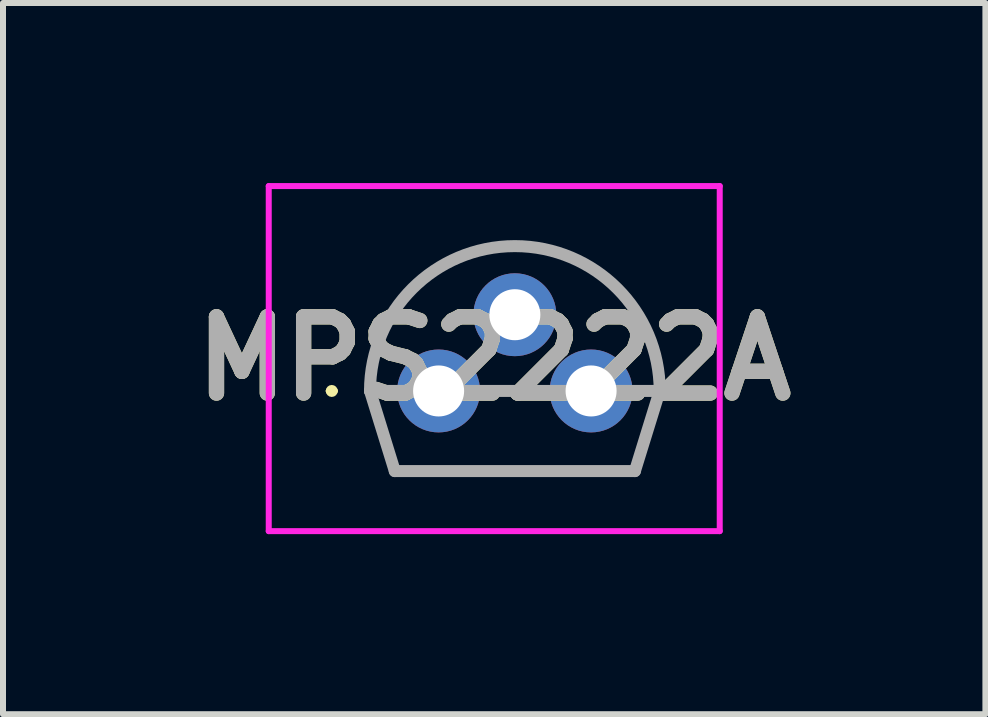
<source format=kicad_pcb>
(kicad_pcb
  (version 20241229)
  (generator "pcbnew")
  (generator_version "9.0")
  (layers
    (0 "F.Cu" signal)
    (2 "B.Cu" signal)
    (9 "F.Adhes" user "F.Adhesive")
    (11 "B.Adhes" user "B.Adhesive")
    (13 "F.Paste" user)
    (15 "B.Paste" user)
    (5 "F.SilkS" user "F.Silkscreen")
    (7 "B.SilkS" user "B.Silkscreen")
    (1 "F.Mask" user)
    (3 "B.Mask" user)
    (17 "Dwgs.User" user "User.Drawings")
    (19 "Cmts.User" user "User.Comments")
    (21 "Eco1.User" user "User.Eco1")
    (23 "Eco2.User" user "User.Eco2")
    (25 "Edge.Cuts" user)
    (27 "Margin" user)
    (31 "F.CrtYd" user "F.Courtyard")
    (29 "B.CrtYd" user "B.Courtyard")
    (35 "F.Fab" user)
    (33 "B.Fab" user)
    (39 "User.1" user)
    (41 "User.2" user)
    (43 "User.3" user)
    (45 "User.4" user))
  (footprint "MPS2222A"
    (layer "F.Cu")
    (at 4.257 3.463)
    (property "Reference" "MPS2222A" (at 0.926 -0.539 0) (layer "F.SilkS") (effects (font (size 1.27 1.27) (thickness 0.254))))
    (attr through_hole)
    (fp_line (start -1.83 0) (end -1.83 0) (stroke (width 0.1) (type solid)) (layer "F.SilkS"))
    (fp_line (start -1.73 0) (end -1.73 0) (stroke (width 0.1) (type solid)) (layer "F.SilkS"))
    (fp_line (start -1.143 0) (end -0.73 1.335) (stroke (width 0.1) (type solid)) (layer "F.SilkS"))
    (fp_line (start -0.73 1.335) (end 3.27 1.335) (stroke (width 0.1) (type solid)) (layer "F.SilkS"))
    (fp_line (start 3.27 1.335) (end 3.683 0) (stroke (width 0.1) (type solid)) (layer "F.SilkS"))
    (fp_arc (start -1.83 0) (mid -1.78 -0.05) (end -1.73 0) (stroke (width 0.1) (type solid)) (layer "F.SilkS"))
    (fp_arc (start -1.73 0) (mid -1.78 0.05) (end -1.83 0) (stroke (width 0.1) (type solid)) (layer "F.SilkS"))
    (fp_line (start -2.83 -3.413) (end 4.683 -3.413) (stroke (width 0.1) (type solid)) (layer "F.CrtYd"))
    (fp_line (start -2.83 2.335) (end -2.83 -3.413) (stroke (width 0.1) (type solid)) (layer "F.CrtYd"))
    (fp_line (start 4.683 -3.413) (end 4.683 2.335) (stroke (width 0.1) (type solid)) (layer "F.CrtYd"))
    (fp_line (start 4.683 2.335) (end -2.83 2.335) (stroke (width 0.1) (type solid)) (layer "F.CrtYd"))
    (fp_line (start -1.143 0) (end -0.73 1.335) (stroke (width 0.2) (type solid)) (layer "F.Fab"))
    (fp_line (start -1.143 0) (end 3.683 0) (stroke (width 0.2) (type solid)) (layer "F.Fab"))
    (fp_line (start -0.73 1.335) (end 3.27 1.335) (stroke (width 0.2) (type solid)) (layer "F.Fab"))
    (fp_line (start 3.27 1.335) (end 3.683 0) (stroke (width 0.2) (type solid)) (layer "F.Fab"))
    (fp_line (start 3.683 0) (end 3.683 0) (stroke (width 0.2) (type solid)) (layer "F.Fab"))
    (fp_arc (start -1.143 0) (mid 1.27 -2.413) (end 3.683 0) (stroke (width 0.2) (type solid)) (layer "F.Fab"))
    (fp_text user "${REFERENCE}" (at 0.926 -0.539 0) (layer "F.Fab") (effects (font (size 1.27 1.27) (thickness 0.254))))
    (pad "1" thru_hole circle (at 0 0) (size 1.381 1.381) (drill 0.85) (layers "*.Cu" "*.Mask"))
    (pad "2" thru_hole circle (at 1.27 -1.27) (size 1.381 1.381) (drill 0.85) (layers "*.Cu" "*.Mask"))
    (pad "3" thru_hole circle (at 2.54 0) (size 1.381 1.381) (drill 0.85) (layers "*.Cu" "*.Mask")))
  (gr_rect
    (start -3 -3)
    (end 13.366 8.848)
    (stroke (width 0.1) (type default))
    (fill no)
    (layer "Edge.Cuts")))
</source>
